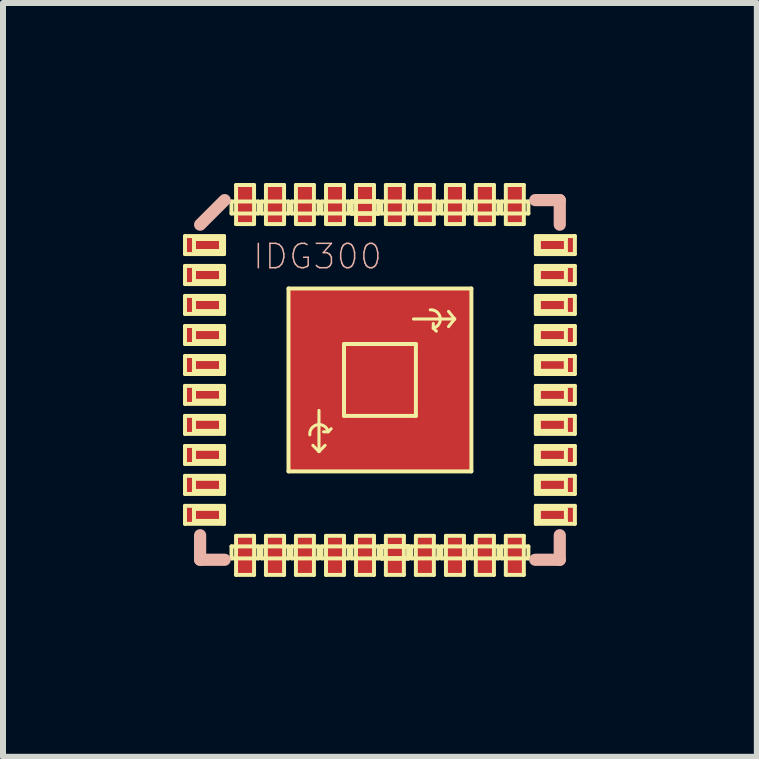
<source format=kicad_pcb>
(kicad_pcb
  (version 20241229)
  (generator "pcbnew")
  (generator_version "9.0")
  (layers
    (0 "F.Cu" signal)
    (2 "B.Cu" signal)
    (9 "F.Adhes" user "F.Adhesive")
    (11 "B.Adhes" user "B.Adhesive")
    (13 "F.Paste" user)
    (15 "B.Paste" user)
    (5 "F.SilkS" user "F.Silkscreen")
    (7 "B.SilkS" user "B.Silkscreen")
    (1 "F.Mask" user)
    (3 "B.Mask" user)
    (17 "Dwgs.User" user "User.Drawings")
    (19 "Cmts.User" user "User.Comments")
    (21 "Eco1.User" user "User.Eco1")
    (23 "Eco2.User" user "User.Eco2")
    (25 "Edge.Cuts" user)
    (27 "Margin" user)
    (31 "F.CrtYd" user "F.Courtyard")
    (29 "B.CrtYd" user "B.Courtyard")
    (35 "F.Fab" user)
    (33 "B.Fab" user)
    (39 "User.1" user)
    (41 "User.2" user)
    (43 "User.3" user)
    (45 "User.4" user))
  (footprint "IDG300"
    (layer "F.Cu")
    (at 3.282 3.282)
    (property "Reference" "IDG300" (at -1.041 -2.057 0) (layer "B.SilkS") (effects (font (size 0.406 0.406) (thickness 0.025))))
    (attr smd)
    (fp_line (start -3.249 -2.398) (end -2.598 -2.398) (stroke (width 0.066) (type solid)) (layer "F.SilkS"))
    (fp_line (start -3.249 -2.098) (end -3.249 -2.398) (stroke (width 0.066) (type solid)) (layer "F.SilkS"))
    (fp_line (start -3.249 -2.098) (end -2.598 -2.098) (stroke (width 0.066) (type solid)) (layer "F.SilkS"))
    (fp_line (start -3.249 -1.9) (end -2.598 -1.9) (stroke (width 0.066) (type solid)) (layer "F.SilkS"))
    (fp_line (start -3.249 -1.598) (end -3.249 -1.9) (stroke (width 0.066) (type solid)) (layer "F.SilkS"))
    (fp_line (start -3.249 -1.598) (end -2.598 -1.598) (stroke (width 0.066) (type solid)) (layer "F.SilkS"))
    (fp_line (start -3.249 -1.4) (end -2.598 -1.4) (stroke (width 0.066) (type solid)) (layer "F.SilkS"))
    (fp_line (start -3.249 -1.1) (end -3.249 -1.4) (stroke (width 0.066) (type solid)) (layer "F.SilkS"))
    (fp_line (start -3.249 -1.1) (end -2.598 -1.1) (stroke (width 0.066) (type solid)) (layer "F.SilkS"))
    (fp_line (start -3.249 -0.899) (end -2.598 -0.899) (stroke (width 0.066) (type solid)) (layer "F.SilkS"))
    (fp_line (start -3.249 -0.599) (end -3.249 -0.899) (stroke (width 0.066) (type solid)) (layer "F.SilkS"))
    (fp_line (start -3.249 -0.599) (end -2.598 -0.599) (stroke (width 0.066) (type solid)) (layer "F.SilkS"))
    (fp_line (start -3.249 -0.399) (end -2.598 -0.399) (stroke (width 0.066) (type solid)) (layer "F.SilkS"))
    (fp_line (start -3.249 -0.099) (end -3.249 -0.399) (stroke (width 0.066) (type solid)) (layer "F.SilkS"))
    (fp_line (start -3.249 -0.099) (end -2.598 -0.099) (stroke (width 0.066) (type solid)) (layer "F.SilkS"))
    (fp_line (start -3.249 0.099) (end -2.598 0.099) (stroke (width 0.066) (type solid)) (layer "F.SilkS"))
    (fp_line (start -3.249 0.399) (end -3.249 0.099) (stroke (width 0.066) (type solid)) (layer "F.SilkS"))
    (fp_line (start -3.249 0.399) (end -2.598 0.399) (stroke (width 0.066) (type solid)) (layer "F.SilkS"))
    (fp_line (start -3.249 0.599) (end -2.598 0.599) (stroke (width 0.066) (type solid)) (layer "F.SilkS"))
    (fp_line (start -3.249 0.899) (end -3.249 0.599) (stroke (width 0.066) (type solid)) (layer "F.SilkS"))
    (fp_line (start -3.249 0.899) (end -2.598 0.899) (stroke (width 0.066) (type solid)) (layer "F.SilkS"))
    (fp_line (start -3.249 1.1) (end -2.598 1.1) (stroke (width 0.066) (type solid)) (layer "F.SilkS"))
    (fp_line (start -3.249 1.4) (end -3.249 1.1) (stroke (width 0.066) (type solid)) (layer "F.SilkS"))
    (fp_line (start -3.249 1.4) (end -2.598 1.4) (stroke (width 0.066) (type solid)) (layer "F.SilkS"))
    (fp_line (start -3.249 1.598) (end -2.598 1.598) (stroke (width 0.066) (type solid)) (layer "F.SilkS"))
    (fp_line (start -3.249 1.9) (end -3.249 1.598) (stroke (width 0.066) (type solid)) (layer "F.SilkS"))
    (fp_line (start -3.249 1.9) (end -2.598 1.9) (stroke (width 0.066) (type solid)) (layer "F.SilkS"))
    (fp_line (start -3.249 2.098) (end -2.598 2.098) (stroke (width 0.066) (type solid)) (layer "F.SilkS"))
    (fp_line (start -3.249 2.398) (end -3.249 2.098) (stroke (width 0.066) (type solid)) (layer "F.SilkS"))
    (fp_line (start -3.249 2.398) (end -2.598 2.398) (stroke (width 0.066) (type solid)) (layer "F.SilkS"))
    (fp_line (start -3.099 -2.349) (end -2.649 -2.349) (stroke (width 0.066) (type solid)) (layer "F.SilkS"))
    (fp_line (start -3.099 -2.149) (end -3.099 -2.349) (stroke (width 0.066) (type solid)) (layer "F.SilkS"))
    (fp_line (start -3.099 -2.149) (end -2.649 -2.149) (stroke (width 0.066) (type solid)) (layer "F.SilkS"))
    (fp_line (start -3.099 -1.849) (end -2.649 -1.849) (stroke (width 0.066) (type solid)) (layer "F.SilkS"))
    (fp_line (start -3.099 -1.648) (end -3.099 -1.849) (stroke (width 0.066) (type solid)) (layer "F.SilkS"))
    (fp_line (start -3.099 -1.648) (end -2.649 -1.648) (stroke (width 0.066) (type solid)) (layer "F.SilkS"))
    (fp_line (start -3.099 -1.349) (end -2.649 -1.349) (stroke (width 0.066) (type solid)) (layer "F.SilkS"))
    (fp_line (start -3.099 -1.148) (end -3.099 -1.349) (stroke (width 0.066) (type solid)) (layer "F.SilkS"))
    (fp_line (start -3.099 -1.148) (end -2.649 -1.148) (stroke (width 0.066) (type solid)) (layer "F.SilkS"))
    (fp_line (start -3.099 -0.848) (end -2.649 -0.848) (stroke (width 0.066) (type solid)) (layer "F.SilkS"))
    (fp_line (start -3.099 -0.648) (end -3.099 -0.848) (stroke (width 0.066) (type solid)) (layer "F.SilkS"))
    (fp_line (start -3.099 -0.648) (end -2.649 -0.648) (stroke (width 0.066) (type solid)) (layer "F.SilkS"))
    (fp_line (start -3.099 -0.348) (end -2.649 -0.348) (stroke (width 0.066) (type solid)) (layer "F.SilkS"))
    (fp_line (start -3.099 -0.15) (end -3.099 -0.348) (stroke (width 0.066) (type solid)) (layer "F.SilkS"))
    (fp_line (start -3.099 -0.15) (end -2.649 -0.15) (stroke (width 0.066) (type solid)) (layer "F.SilkS"))
    (fp_line (start -3.099 0.15) (end -2.649 0.15) (stroke (width 0.066) (type solid)) (layer "F.SilkS"))
    (fp_line (start -3.099 0.15) (end -2.649 0.15) (stroke (width 0.066) (type solid)) (layer "F.SilkS"))
    (fp_line (start -3.099 0.15) (end -2.649 0.15) (stroke (width 0.066) (type solid)) (layer "F.SilkS"))
    (fp_line (start -3.099 0.348) (end -3.099 0.15) (stroke (width 0.066) (type solid)) (layer "F.SilkS"))
    (fp_line (start -3.099 0.348) (end -3.099 0.15) (stroke (width 0.066) (type solid)) (layer "F.SilkS"))
    (fp_line (start -3.099 0.348) (end -3.099 0.15) (stroke (width 0.066) (type solid)) (layer "F.SilkS"))
    (fp_line (start -3.099 0.348) (end -2.649 0.348) (stroke (width 0.066) (type solid)) (layer "F.SilkS"))
    (fp_line (start -3.099 0.348) (end -2.649 0.348) (stroke (width 0.066) (type solid)) (layer "F.SilkS"))
    (fp_line (start -3.099 0.348) (end -2.649 0.348) (stroke (width 0.066) (type solid)) (layer "F.SilkS"))
    (fp_line (start -3.099 0.648) (end -2.649 0.648) (stroke (width 0.066) (type solid)) (layer "F.SilkS"))
    (fp_line (start -3.099 0.848) (end -3.099 0.648) (stroke (width 0.066) (type solid)) (layer "F.SilkS"))
    (fp_line (start -3.099 0.848) (end -2.649 0.848) (stroke (width 0.066) (type solid)) (layer "F.SilkS"))
    (fp_line (start -3.099 1.148) (end -2.649 1.148) (stroke (width 0.066) (type solid)) (layer "F.SilkS"))
    (fp_line (start -3.099 1.349) (end -3.099 1.148) (stroke (width 0.066) (type solid)) (layer "F.SilkS"))
    (fp_line (start -3.099 1.349) (end -2.649 1.349) (stroke (width 0.066) (type solid)) (layer "F.SilkS"))
    (fp_line (start -3.099 1.648) (end -2.649 1.648) (stroke (width 0.066) (type solid)) (layer "F.SilkS"))
    (fp_line (start -3.099 1.849) (end -3.099 1.648) (stroke (width 0.066) (type solid)) (layer "F.SilkS"))
    (fp_line (start -3.099 1.849) (end -2.649 1.849) (stroke (width 0.066) (type solid)) (layer "F.SilkS"))
    (fp_line (start -3.099 2.149) (end -2.649 2.149) (stroke (width 0.066) (type solid)) (layer "F.SilkS"))
    (fp_line (start -3.099 2.349) (end -3.099 2.149) (stroke (width 0.066) (type solid)) (layer "F.SilkS"))
    (fp_line (start -3.099 2.349) (end -2.649 2.349) (stroke (width 0.066) (type solid)) (layer "F.SilkS"))
    (fp_line (start -2.649 -2.149) (end -2.649 -2.349) (stroke (width 0.066) (type solid)) (layer "F.SilkS"))
    (fp_line (start -2.649 -1.648) (end -2.649 -1.849) (stroke (width 0.066) (type solid)) (layer "F.SilkS"))
    (fp_line (start -2.649 -1.148) (end -2.649 -1.349) (stroke (width 0.066) (type solid)) (layer "F.SilkS"))
    (fp_line (start -2.649 -0.648) (end -2.649 -0.848) (stroke (width 0.066) (type solid)) (layer "F.SilkS"))
    (fp_line (start -2.649 -0.15) (end -2.649 -0.348) (stroke (width 0.066) (type solid)) (layer "F.SilkS"))
    (fp_line (start -2.649 0.348) (end -2.649 0.15) (stroke (width 0.066) (type solid)) (layer "F.SilkS"))
    (fp_line (start -2.649 0.348) (end -2.649 0.15) (stroke (width 0.066) (type solid)) (layer "F.SilkS"))
    (fp_line (start -2.649 0.348) (end -2.649 0.15) (stroke (width 0.066) (type solid)) (layer "F.SilkS"))
    (fp_line (start -2.649 0.848) (end -2.649 0.648) (stroke (width 0.066) (type solid)) (layer "F.SilkS"))
    (fp_line (start -2.649 1.349) (end -2.649 1.148) (stroke (width 0.066) (type solid)) (layer "F.SilkS"))
    (fp_line (start -2.649 1.849) (end -2.649 1.648) (stroke (width 0.066) (type solid)) (layer "F.SilkS"))
    (fp_line (start -2.649 2.349) (end -2.649 2.149) (stroke (width 0.066) (type solid)) (layer "F.SilkS"))
    (fp_line (start -2.598 -2.098) (end -2.598 -2.398) (stroke (width 0.066) (type solid)) (layer "F.SilkS"))
    (fp_line (start -2.598 -1.598) (end -2.598 -1.9) (stroke (width 0.066) (type solid)) (layer "F.SilkS"))
    (fp_line (start -2.598 -1.1) (end -2.598 -1.4) (stroke (width 0.066) (type solid)) (layer "F.SilkS"))
    (fp_line (start -2.598 -0.599) (end -2.598 -0.899) (stroke (width 0.066) (type solid)) (layer "F.SilkS"))
    (fp_line (start -2.598 -0.099) (end -2.598 -0.399) (stroke (width 0.066) (type solid)) (layer "F.SilkS"))
    (fp_line (start -2.598 0.399) (end -2.598 0.099) (stroke (width 0.066) (type solid)) (layer "F.SilkS"))
    (fp_line (start -2.598 0.899) (end -2.598 0.599) (stroke (width 0.066) (type solid)) (layer "F.SilkS"))
    (fp_line (start -2.598 1.4) (end -2.598 1.1) (stroke (width 0.066) (type solid)) (layer "F.SilkS"))
    (fp_line (start -2.598 1.9) (end -2.598 1.598) (stroke (width 0.066) (type solid)) (layer "F.SilkS"))
    (fp_line (start -2.598 2.398) (end -2.598 2.098) (stroke (width 0.066) (type solid)) (layer "F.SilkS"))
    (fp_line (start -2.474 -2.974) (end -2.024 -2.974) (stroke (width 0.066) (type solid)) (layer "F.SilkS"))
    (fp_line (start -2.474 -2.774) (end -2.474 -2.974) (stroke (width 0.066) (type solid)) (layer "F.SilkS"))
    (fp_line (start -2.474 -2.774) (end -2.024 -2.774) (stroke (width 0.066) (type solid)) (layer "F.SilkS"))
    (fp_line (start -2.474 2.774) (end -2.024 2.774) (stroke (width 0.066) (type solid)) (layer "F.SilkS"))
    (fp_line (start -2.474 2.974) (end -2.474 2.774) (stroke (width 0.066) (type solid)) (layer "F.SilkS"))
    (fp_line (start -2.474 2.974) (end -2.024 2.974) (stroke (width 0.066) (type solid)) (layer "F.SilkS"))
    (fp_line (start -2.398 -3.249) (end -2.098 -3.249) (stroke (width 0.066) (type solid)) (layer "F.SilkS"))
    (fp_line (start -2.398 -2.598) (end -2.398 -3.249) (stroke (width 0.066) (type solid)) (layer "F.SilkS"))
    (fp_line (start -2.398 -2.598) (end -2.098 -2.598) (stroke (width 0.066) (type solid)) (layer "F.SilkS"))
    (fp_line (start -2.398 2.598) (end -2.098 2.598) (stroke (width 0.066) (type solid)) (layer "F.SilkS"))
    (fp_line (start -2.398 3.249) (end -2.398 2.598) (stroke (width 0.066) (type solid)) (layer "F.SilkS"))
    (fp_line (start -2.398 3.249) (end -2.098 3.249) (stroke (width 0.066) (type solid)) (layer "F.SilkS"))
    (fp_line (start -2.098 -2.598) (end -2.098 -3.249) (stroke (width 0.066) (type solid)) (layer "F.SilkS"))
    (fp_line (start -2.098 3.249) (end -2.098 2.598) (stroke (width 0.066) (type solid)) (layer "F.SilkS"))
    (fp_line (start -2.024 -2.774) (end -2.024 -2.974) (stroke (width 0.066) (type solid)) (layer "F.SilkS"))
    (fp_line (start -2.024 2.974) (end -2.024 2.774) (stroke (width 0.066) (type solid)) (layer "F.SilkS"))
    (fp_line (start -1.974 -2.974) (end -1.524 -2.974) (stroke (width 0.066) (type solid)) (layer "F.SilkS"))
    (fp_line (start -1.974 -2.774) (end -1.974 -2.974) (stroke (width 0.066) (type solid)) (layer "F.SilkS"))
    (fp_line (start -1.974 -2.774) (end -1.524 -2.774) (stroke (width 0.066) (type solid)) (layer "F.SilkS"))
    (fp_line (start -1.974 2.774) (end -1.524 2.774) (stroke (width 0.066) (type solid)) (layer "F.SilkS"))
    (fp_line (start -1.974 2.974) (end -1.974 2.774) (stroke (width 0.066) (type solid)) (layer "F.SilkS"))
    (fp_line (start -1.974 2.974) (end -1.524 2.974) (stroke (width 0.066) (type solid)) (layer "F.SilkS"))
    (fp_line (start -1.9 -3.249) (end -1.598 -3.249) (stroke (width 0.066) (type solid)) (layer "F.SilkS"))
    (fp_line (start -1.9 -2.598) (end -1.9 -3.249) (stroke (width 0.066) (type solid)) (layer "F.SilkS"))
    (fp_line (start -1.9 -2.598) (end -1.598 -2.598) (stroke (width 0.066) (type solid)) (layer "F.SilkS"))
    (fp_line (start -1.9 2.598) (end -1.598 2.598) (stroke (width 0.066) (type solid)) (layer "F.SilkS"))
    (fp_line (start -1.9 3.249) (end -1.9 2.598) (stroke (width 0.066) (type solid)) (layer "F.SilkS"))
    (fp_line (start -1.9 3.249) (end -1.598 3.249) (stroke (width 0.066) (type solid)) (layer "F.SilkS"))
    (fp_line (start -1.598 -2.598) (end -1.598 -3.249) (stroke (width 0.066) (type solid)) (layer "F.SilkS"))
    (fp_line (start -1.598 3.249) (end -1.598 2.598) (stroke (width 0.066) (type solid)) (layer "F.SilkS"))
    (fp_line (start -1.524 -2.774) (end -1.524 -2.974) (stroke (width 0.066) (type solid)) (layer "F.SilkS"))
    (fp_line (start -1.524 -1.524) (end 1.524 -1.524) (stroke (width 0.066) (type solid)) (layer "F.SilkS"))
    (fp_line (start -1.524 1.524) (end -1.524 -1.524) (stroke (width 0.066) (type solid)) (layer "F.SilkS"))
    (fp_line (start -1.524 1.524) (end 1.524 1.524) (stroke (width 0.066) (type solid)) (layer "F.SilkS"))
    (fp_line (start -1.524 2.974) (end -1.524 2.774) (stroke (width 0.066) (type solid)) (layer "F.SilkS"))
    (fp_line (start -1.473 -2.974) (end -1.024 -2.974) (stroke (width 0.066) (type solid)) (layer "F.SilkS"))
    (fp_line (start -1.473 -2.774) (end -1.473 -2.974) (stroke (width 0.066) (type solid)) (layer "F.SilkS"))
    (fp_line (start -1.473 -2.774) (end -1.024 -2.774) (stroke (width 0.066) (type solid)) (layer "F.SilkS"))
    (fp_line (start -1.473 2.774) (end -1.024 2.774) (stroke (width 0.066) (type solid)) (layer "F.SilkS"))
    (fp_line (start -1.473 2.974) (end -1.473 2.774) (stroke (width 0.066) (type solid)) (layer "F.SilkS"))
    (fp_line (start -1.473 2.974) (end -1.024 2.974) (stroke (width 0.066) (type solid)) (layer "F.SilkS"))
    (fp_line (start -1.4 -3.249) (end -1.1 -3.249) (stroke (width 0.066) (type solid)) (layer "F.SilkS"))
    (fp_line (start -1.4 -2.598) (end -1.4 -3.249) (stroke (width 0.066) (type solid)) (layer "F.SilkS"))
    (fp_line (start -1.4 -2.598) (end -1.1 -2.598) (stroke (width 0.066) (type solid)) (layer "F.SilkS"))
    (fp_line (start -1.4 2.598) (end -1.1 2.598) (stroke (width 0.066) (type solid)) (layer "F.SilkS"))
    (fp_line (start -1.4 3.249) (end -1.4 2.598) (stroke (width 0.066) (type solid)) (layer "F.SilkS"))
    (fp_line (start -1.4 3.249) (end -1.1 3.249) (stroke (width 0.066) (type solid)) (layer "F.SilkS"))
    (fp_line (start -1.1 -2.598) (end -1.1 -3.249) (stroke (width 0.066) (type solid)) (layer "F.SilkS"))
    (fp_line (start -1.1 3.249) (end -1.1 2.598) (stroke (width 0.066) (type solid)) (layer "F.SilkS"))
    (fp_line (start -1.024 -2.774) (end -1.024 -2.974) (stroke (width 0.066) (type solid)) (layer "F.SilkS"))
    (fp_line (start -1.024 2.974) (end -1.024 2.774) (stroke (width 0.066) (type solid)) (layer "F.SilkS"))
    (fp_line (start -1.016 0.508) (end -1.016 1.194) (stroke (width 0.051) (type solid)) (layer "F.SilkS"))
    (fp_line (start -1.016 1.194) (end -1.118 1.09) (stroke (width 0.051) (type solid)) (layer "F.SilkS"))
    (fp_line (start -1.016 1.194) (end -0.914 1.09) (stroke (width 0.051) (type solid)) (layer "F.SilkS"))
    (fp_line (start -0.973 -2.974) (end -0.523 -2.974) (stroke (width 0.066) (type solid)) (layer "F.SilkS"))
    (fp_line (start -0.973 -2.774) (end -0.973 -2.974) (stroke (width 0.066) (type solid)) (layer "F.SilkS"))
    (fp_line (start -0.973 -2.774) (end -0.523 -2.774) (stroke (width 0.066) (type solid)) (layer "F.SilkS"))
    (fp_line (start -0.973 2.774) (end -0.523 2.774) (stroke (width 0.066) (type solid)) (layer "F.SilkS"))
    (fp_line (start -0.973 2.974) (end -0.973 2.774) (stroke (width 0.066) (type solid)) (layer "F.SilkS"))
    (fp_line (start -0.973 2.974) (end -0.523 2.974) (stroke (width 0.066) (type solid)) (layer "F.SilkS"))
    (fp_line (start -0.899 -3.249) (end -0.599 -3.249) (stroke (width 0.066) (type solid)) (layer "F.SilkS"))
    (fp_line (start -0.899 -2.598) (end -0.899 -3.249) (stroke (width 0.066) (type solid)) (layer "F.SilkS"))
    (fp_line (start -0.899 -2.598) (end -0.599 -2.598) (stroke (width 0.066) (type solid)) (layer "F.SilkS"))
    (fp_line (start -0.899 2.598) (end -0.599 2.598) (stroke (width 0.066) (type solid)) (layer "F.SilkS"))
    (fp_line (start -0.899 3.249) (end -0.899 2.598) (stroke (width 0.066) (type solid)) (layer "F.SilkS"))
    (fp_line (start -0.899 3.249) (end -0.599 3.249) (stroke (width 0.066) (type solid)) (layer "F.SilkS"))
    (fp_line (start -0.864 0.864) (end -0.94 0.864) (stroke (width 0.051) (type solid)) (layer "F.SilkS"))
    (fp_line (start -0.864 0.864) (end -0.813 0.813) (stroke (width 0.051) (type solid)) (layer "F.SilkS"))
    (fp_line (start -0.599 -2.598) (end -0.599 -3.249) (stroke (width 0.066) (type solid)) (layer "F.SilkS"))
    (fp_line (start -0.599 -0.599) (end 0.599 -0.599) (stroke (width 0.066) (type solid)) (layer "F.SilkS"))
    (fp_line (start -0.599 0.599) (end -0.599 -0.599) (stroke (width 0.066) (type solid)) (layer "F.SilkS"))
    (fp_line (start -0.599 0.599) (end 0.599 0.599) (stroke (width 0.066) (type solid)) (layer "F.SilkS"))
    (fp_line (start -0.599 3.249) (end -0.599 2.598) (stroke (width 0.066) (type solid)) (layer "F.SilkS"))
    (fp_line (start -0.523 -2.774) (end -0.523 -2.974) (stroke (width 0.066) (type solid)) (layer "F.SilkS"))
    (fp_line (start -0.523 2.974) (end -0.523 2.774) (stroke (width 0.066) (type solid)) (layer "F.SilkS"))
    (fp_line (start -0.475 -2.974) (end -0.023 -2.974) (stroke (width 0.066) (type solid)) (layer "F.SilkS"))
    (fp_line (start -0.475 -2.974) (end -0.023 -2.974) (stroke (width 0.066) (type solid)) (layer "F.SilkS"))
    (fp_line (start -0.475 -2.974) (end -0.023 -2.974) (stroke (width 0.066) (type solid)) (layer "F.SilkS"))
    (fp_line (start -0.475 -2.774) (end -0.475 -2.974) (stroke (width 0.066) (type solid)) (layer "F.SilkS"))
    (fp_line (start -0.475 -2.774) (end -0.475 -2.974) (stroke (width 0.066) (type solid)) (layer "F.SilkS"))
    (fp_line (start -0.475 -2.774) (end -0.475 -2.974) (stroke (width 0.066) (type solid)) (layer "F.SilkS"))
    (fp_line (start -0.475 -2.774) (end -0.023 -2.774) (stroke (width 0.066) (type solid)) (layer "F.SilkS"))
    (fp_line (start -0.475 -2.774) (end -0.023 -2.774) (stroke (width 0.066) (type solid)) (layer "F.SilkS"))
    (fp_line (start -0.475 -2.774) (end -0.023 -2.774) (stroke (width 0.066) (type solid)) (layer "F.SilkS"))
    (fp_line (start -0.475 2.774) (end -0.023 2.774) (stroke (width 0.066) (type solid)) (layer "F.SilkS"))
    (fp_line (start -0.475 2.974) (end -0.475 2.774) (stroke (width 0.066) (type solid)) (layer "F.SilkS"))
    (fp_line (start -0.475 2.974) (end -0.023 2.974) (stroke (width 0.066) (type solid)) (layer "F.SilkS"))
    (fp_line (start -0.399 -3.249) (end -0.099 -3.249) (stroke (width 0.066) (type solid)) (layer "F.SilkS"))
    (fp_line (start -0.399 -2.598) (end -0.399 -3.249) (stroke (width 0.066) (type solid)) (layer "F.SilkS"))
    (fp_line (start -0.399 -2.598) (end -0.099 -2.598) (stroke (width 0.066) (type solid)) (layer "F.SilkS"))
    (fp_line (start -0.399 2.598) (end -0.099 2.598) (stroke (width 0.066) (type solid)) (layer "F.SilkS"))
    (fp_line (start -0.399 3.249) (end -0.399 2.598) (stroke (width 0.066) (type solid)) (layer "F.SilkS"))
    (fp_line (start -0.399 3.249) (end -0.099 3.249) (stroke (width 0.066) (type solid)) (layer "F.SilkS"))
    (fp_line (start -0.099 -2.598) (end -0.099 -3.249) (stroke (width 0.066) (type solid)) (layer "F.SilkS"))
    (fp_line (start -0.099 3.249) (end -0.099 2.598) (stroke (width 0.066) (type solid)) (layer "F.SilkS"))
    (fp_line (start -0.023 -2.774) (end -0.023 -2.974) (stroke (width 0.066) (type solid)) (layer "F.SilkS"))
    (fp_line (start -0.023 -2.774) (end -0.023 -2.974) (stroke (width 0.066) (type solid)) (layer "F.SilkS"))
    (fp_line (start -0.023 -2.774) (end -0.023 -2.974) (stroke (width 0.066) (type solid)) (layer "F.SilkS"))
    (fp_line (start -0.023 2.974) (end -0.023 2.774) (stroke (width 0.066) (type solid)) (layer "F.SilkS"))
    (fp_line (start 0.023 -2.974) (end 0.475 -2.974) (stroke (width 0.066) (type solid)) (layer "F.SilkS"))
    (fp_line (start 0.023 -2.774) (end 0.023 -2.974) (stroke (width 0.066) (type solid)) (layer "F.SilkS"))
    (fp_line (start 0.023 -2.774) (end 0.475 -2.774) (stroke (width 0.066) (type solid)) (layer "F.SilkS"))
    (fp_line (start 0.023 2.774) (end 0.475 2.774) (stroke (width 0.066) (type solid)) (layer "F.SilkS"))
    (fp_line (start 0.023 2.774) (end 0.475 2.774) (stroke (width 0.066) (type solid)) (layer "F.SilkS"))
    (fp_line (start 0.023 2.774) (end 0.475 2.774) (stroke (width 0.066) (type solid)) (layer "F.SilkS"))
    (fp_line (start 0.023 2.974) (end 0.023 2.774) (stroke (width 0.066) (type solid)) (layer "F.SilkS"))
    (fp_line (start 0.023 2.974) (end 0.023 2.774) (stroke (width 0.066) (type solid)) (layer "F.SilkS"))
    (fp_line (start 0.023 2.974) (end 0.023 2.774) (stroke (width 0.066) (type solid)) (layer "F.SilkS"))
    (fp_line (start 0.023 2.974) (end 0.475 2.974) (stroke (width 0.066) (type solid)) (layer "F.SilkS"))
    (fp_line (start 0.023 2.974) (end 0.475 2.974) (stroke (width 0.066) (type solid)) (layer "F.SilkS"))
    (fp_line (start 0.023 2.974) (end 0.475 2.974) (stroke (width 0.066) (type solid)) (layer "F.SilkS"))
    (fp_line (start 0.099 -3.249) (end 0.399 -3.249) (stroke (width 0.066) (type solid)) (layer "F.SilkS"))
    (fp_line (start 0.099 -2.598) (end 0.099 -3.249) (stroke (width 0.066) (type solid)) (layer "F.SilkS"))
    (fp_line (start 0.099 -2.598) (end 0.399 -2.598) (stroke (width 0.066) (type solid)) (layer "F.SilkS"))
    (fp_line (start 0.099 2.598) (end 0.399 2.598) (stroke (width 0.066) (type solid)) (layer "F.SilkS"))
    (fp_line (start 0.099 3.249) (end 0.099 2.598) (stroke (width 0.066) (type solid)) (layer "F.SilkS"))
    (fp_line (start 0.099 3.249) (end 0.399 3.249) (stroke (width 0.066) (type solid)) (layer "F.SilkS"))
    (fp_line (start 0.399 -2.598) (end 0.399 -3.249) (stroke (width 0.066) (type solid)) (layer "F.SilkS"))
    (fp_line (start 0.399 3.249) (end 0.399 2.598) (stroke (width 0.066) (type solid)) (layer "F.SilkS"))
    (fp_line (start 0.475 -2.774) (end 0.475 -2.974) (stroke (width 0.066) (type solid)) (layer "F.SilkS"))
    (fp_line (start 0.475 2.974) (end 0.475 2.774) (stroke (width 0.066) (type solid)) (layer "F.SilkS"))
    (fp_line (start 0.475 2.974) (end 0.475 2.774) (stroke (width 0.066) (type solid)) (layer "F.SilkS"))
    (fp_line (start 0.475 2.974) (end 0.475 2.774) (stroke (width 0.066) (type solid)) (layer "F.SilkS"))
    (fp_line (start 0.523 -2.974) (end 0.973 -2.974) (stroke (width 0.066) (type solid)) (layer "F.SilkS"))
    (fp_line (start 0.523 -2.774) (end 0.523 -2.974) (stroke (width 0.066) (type solid)) (layer "F.SilkS"))
    (fp_line (start 0.523 -2.774) (end 0.973 -2.774) (stroke (width 0.066) (type solid)) (layer "F.SilkS"))
    (fp_line (start 0.523 2.774) (end 0.973 2.774) (stroke (width 0.066) (type solid)) (layer "F.SilkS"))
    (fp_line (start 0.523 2.974) (end 0.523 2.774) (stroke (width 0.066) (type solid)) (layer "F.SilkS"))
    (fp_line (start 0.523 2.974) (end 0.973 2.974) (stroke (width 0.066) (type solid)) (layer "F.SilkS"))
    (fp_line (start 0.599 -3.249) (end 0.899 -3.249) (stroke (width 0.066) (type solid)) (layer "F.SilkS"))
    (fp_line (start 0.599 -2.598) (end 0.599 -3.249) (stroke (width 0.066) (type solid)) (layer "F.SilkS"))
    (fp_line (start 0.599 -2.598) (end 0.899 -2.598) (stroke (width 0.066) (type solid)) (layer "F.SilkS"))
    (fp_line (start 0.599 0.599) (end 0.599 -0.599) (stroke (width 0.066) (type solid)) (layer "F.SilkS"))
    (fp_line (start 0.599 2.598) (end 0.899 2.598) (stroke (width 0.066) (type solid)) (layer "F.SilkS"))
    (fp_line (start 0.599 3.249) (end 0.599 2.598) (stroke (width 0.066) (type solid)) (layer "F.SilkS"))
    (fp_line (start 0.599 3.249) (end 0.899 3.249) (stroke (width 0.066) (type solid)) (layer "F.SilkS"))
    (fp_line (start 0.889 -0.864) (end 0.889 -0.94) (stroke (width 0.051) (type solid)) (layer "F.SilkS"))
    (fp_line (start 0.889 -0.864) (end 0.94 -0.813) (stroke (width 0.051) (type solid)) (layer "F.SilkS"))
    (fp_line (start 0.899 -2.598) (end 0.899 -3.249) (stroke (width 0.066) (type solid)) (layer "F.SilkS"))
    (fp_line (start 0.899 3.249) (end 0.899 2.598) (stroke (width 0.066) (type solid)) (layer "F.SilkS"))
    (fp_line (start 0.973 -2.774) (end 0.973 -2.974) (stroke (width 0.066) (type solid)) (layer "F.SilkS"))
    (fp_line (start 0.973 2.974) (end 0.973 2.774) (stroke (width 0.066) (type solid)) (layer "F.SilkS"))
    (fp_line (start 1.024 -2.974) (end 1.473 -2.974) (stroke (width 0.066) (type solid)) (layer "F.SilkS"))
    (fp_line (start 1.024 -2.774) (end 1.024 -2.974) (stroke (width 0.066) (type solid)) (layer "F.SilkS"))
    (fp_line (start 1.024 -2.774) (end 1.473 -2.774) (stroke (width 0.066) (type solid)) (layer "F.SilkS"))
    (fp_line (start 1.024 2.774) (end 1.473 2.774) (stroke (width 0.066) (type solid)) (layer "F.SilkS"))
    (fp_line (start 1.024 2.974) (end 1.024 2.774) (stroke (width 0.066) (type solid)) (layer "F.SilkS"))
    (fp_line (start 1.024 2.974) (end 1.473 2.974) (stroke (width 0.066) (type solid)) (layer "F.SilkS"))
    (fp_line (start 1.1 -3.249) (end 1.4 -3.249) (stroke (width 0.066) (type solid)) (layer "F.SilkS"))
    (fp_line (start 1.1 -2.598) (end 1.1 -3.249) (stroke (width 0.066) (type solid)) (layer "F.SilkS"))
    (fp_line (start 1.1 -2.598) (end 1.4 -2.598) (stroke (width 0.066) (type solid)) (layer "F.SilkS"))
    (fp_line (start 1.1 2.598) (end 1.4 2.598) (stroke (width 0.066) (type solid)) (layer "F.SilkS"))
    (fp_line (start 1.1 3.249) (end 1.1 2.598) (stroke (width 0.066) (type solid)) (layer "F.SilkS"))
    (fp_line (start 1.1 3.249) (end 1.4 3.249) (stroke (width 0.066) (type solid)) (layer "F.SilkS"))
    (fp_line (start 1.143 -1.143) (end 1.245 -1.016) (stroke (width 0.051) (type solid)) (layer "F.SilkS"))
    (fp_line (start 1.245 -1.016) (end 0.559 -1.016) (stroke (width 0.051) (type solid)) (layer "F.SilkS"))
    (fp_line (start 1.245 -1.016) (end 1.143 -0.889) (stroke (width 0.051) (type solid)) (layer "F.SilkS"))
    (fp_line (start 1.4 -2.598) (end 1.4 -3.249) (stroke (width 0.066) (type solid)) (layer "F.SilkS"))
    (fp_line (start 1.4 3.249) (end 1.4 2.598) (stroke (width 0.066) (type solid)) (layer "F.SilkS"))
    (fp_line (start 1.473 -2.774) (end 1.473 -2.974) (stroke (width 0.066) (type solid)) (layer "F.SilkS"))
    (fp_line (start 1.473 2.974) (end 1.473 2.774) (stroke (width 0.066) (type solid)) (layer "F.SilkS"))
    (fp_line (start 1.524 -2.974) (end 1.974 -2.974) (stroke (width 0.066) (type solid)) (layer "F.SilkS"))
    (fp_line (start 1.524 -2.774) (end 1.524 -2.974) (stroke (width 0.066) (type solid)) (layer "F.SilkS"))
    (fp_line (start 1.524 -2.774) (end 1.974 -2.774) (stroke (width 0.066) (type solid)) (layer "F.SilkS"))
    (fp_line (start 1.524 1.524) (end 1.524 -1.524) (stroke (width 0.066) (type solid)) (layer "F.SilkS"))
    (fp_line (start 1.524 2.774) (end 1.974 2.774) (stroke (width 0.066) (type solid)) (layer "F.SilkS"))
    (fp_line (start 1.524 2.974) (end 1.524 2.774) (stroke (width 0.066) (type solid)) (layer "F.SilkS"))
    (fp_line (start 1.524 2.974) (end 1.974 2.974) (stroke (width 0.066) (type solid)) (layer "F.SilkS"))
    (fp_line (start 1.598 -3.249) (end 1.9 -3.249) (stroke (width 0.066) (type solid)) (layer "F.SilkS"))
    (fp_line (start 1.598 -2.598) (end 1.598 -3.249) (stroke (width 0.066) (type solid)) (layer "F.SilkS"))
    (fp_line (start 1.598 -2.598) (end 1.9 -2.598) (stroke (width 0.066) (type solid)) (layer "F.SilkS"))
    (fp_line (start 1.598 2.598) (end 1.9 2.598) (stroke (width 0.066) (type solid)) (layer "F.SilkS"))
    (fp_line (start 1.598 3.249) (end 1.598 2.598) (stroke (width 0.066) (type solid)) (layer "F.SilkS"))
    (fp_line (start 1.598 3.249) (end 1.9 3.249) (stroke (width 0.066) (type solid)) (layer "F.SilkS"))
    (fp_line (start 1.9 -2.598) (end 1.9 -3.249) (stroke (width 0.066) (type solid)) (layer "F.SilkS"))
    (fp_line (start 1.9 3.249) (end 1.9 2.598) (stroke (width 0.066) (type solid)) (layer "F.SilkS"))
    (fp_line (start 1.974 -2.774) (end 1.974 -2.974) (stroke (width 0.066) (type solid)) (layer "F.SilkS"))
    (fp_line (start 1.974 2.974) (end 1.974 2.774) (stroke (width 0.066) (type solid)) (layer "F.SilkS"))
    (fp_line (start 2.024 -2.974) (end 2.474 -2.974) (stroke (width 0.066) (type solid)) (layer "F.SilkS"))
    (fp_line (start 2.024 -2.774) (end 2.024 -2.974) (stroke (width 0.066) (type solid)) (layer "F.SilkS"))
    (fp_line (start 2.024 -2.774) (end 2.474 -2.774) (stroke (width 0.066) (type solid)) (layer "F.SilkS"))
    (fp_line (start 2.024 2.774) (end 2.474 2.774) (stroke (width 0.066) (type solid)) (layer "F.SilkS"))
    (fp_line (start 2.024 2.974) (end 2.024 2.774) (stroke (width 0.066) (type solid)) (layer "F.SilkS"))
    (fp_line (start 2.024 2.974) (end 2.474 2.974) (stroke (width 0.066) (type solid)) (layer "F.SilkS"))
    (fp_line (start 2.098 -3.249) (end 2.398 -3.249) (stroke (width 0.066) (type solid)) (layer "F.SilkS"))
    (fp_line (start 2.098 -2.598) (end 2.098 -3.249) (stroke (width 0.066) (type solid)) (layer "F.SilkS"))
    (fp_line (start 2.098 -2.598) (end 2.398 -2.598) (stroke (width 0.066) (type solid)) (layer "F.SilkS"))
    (fp_line (start 2.098 2.598) (end 2.398 2.598) (stroke (width 0.066) (type solid)) (layer "F.SilkS"))
    (fp_line (start 2.098 3.249) (end 2.098 2.598) (stroke (width 0.066) (type solid)) (layer "F.SilkS"))
    (fp_line (start 2.098 3.249) (end 2.398 3.249) (stroke (width 0.066) (type solid)) (layer "F.SilkS"))
    (fp_line (start 2.398 -2.598) (end 2.398 -3.249) (stroke (width 0.066) (type solid)) (layer "F.SilkS"))
    (fp_line (start 2.398 3.249) (end 2.398 2.598) (stroke (width 0.066) (type solid)) (layer "F.SilkS"))
    (fp_line (start 2.474 -2.774) (end 2.474 -2.974) (stroke (width 0.066) (type solid)) (layer "F.SilkS"))
    (fp_line (start 2.474 2.974) (end 2.474 2.774) (stroke (width 0.066) (type solid)) (layer "F.SilkS"))
    (fp_line (start 2.598 -2.398) (end 3.249 -2.398) (stroke (width 0.066) (type solid)) (layer "F.SilkS"))
    (fp_line (start 2.598 -2.098) (end 2.598 -2.398) (stroke (width 0.066) (type solid)) (layer "F.SilkS"))
    (fp_line (start 2.598 -2.098) (end 3.249 -2.098) (stroke (width 0.066) (type solid)) (layer "F.SilkS"))
    (fp_line (start 2.598 -1.9) (end 3.249 -1.9) (stroke (width 0.066) (type solid)) (layer "F.SilkS"))
    (fp_line (start 2.598 -1.598) (end 2.598 -1.9) (stroke (width 0.066) (type solid)) (layer "F.SilkS"))
    (fp_line (start 2.598 -1.598) (end 3.249 -1.598) (stroke (width 0.066) (type solid)) (layer "F.SilkS"))
    (fp_line (start 2.598 -1.4) (end 3.249 -1.4) (stroke (width 0.066) (type solid)) (layer "F.SilkS"))
    (fp_line (start 2.598 -1.1) (end 2.598 -1.4) (stroke (width 0.066) (type solid)) (layer "F.SilkS"))
    (fp_line (start 2.598 -1.1) (end 3.249 -1.1) (stroke (width 0.066) (type solid)) (layer "F.SilkS"))
    (fp_line (start 2.598 -0.899) (end 3.249 -0.899) (stroke (width 0.066) (type solid)) (layer "F.SilkS"))
    (fp_line (start 2.598 -0.599) (end 2.598 -0.899) (stroke (width 0.066) (type solid)) (layer "F.SilkS"))
    (fp_line (start 2.598 -0.599) (end 3.249 -0.599) (stroke (width 0.066) (type solid)) (layer "F.SilkS"))
    (fp_line (start 2.598 -0.399) (end 3.249 -0.399) (stroke (width 0.066) (type solid)) (layer "F.SilkS"))
    (fp_line (start 2.598 -0.099) (end 2.598 -0.399) (stroke (width 0.066) (type solid)) (layer "F.SilkS"))
    (fp_line (start 2.598 -0.099) (end 3.249 -0.099) (stroke (width 0.066) (type solid)) (layer "F.SilkS"))
    (fp_line (start 2.598 0.099) (end 3.249 0.099) (stroke (width 0.066) (type solid)) (layer "F.SilkS"))
    (fp_line (start 2.598 0.399) (end 2.598 0.099) (stroke (width 0.066) (type solid)) (layer "F.SilkS"))
    (fp_line (start 2.598 0.399) (end 3.249 0.399) (stroke (width 0.066) (type solid)) (layer "F.SilkS"))
    (fp_line (start 2.598 0.599) (end 3.249 0.599) (stroke (width 0.066) (type solid)) (layer "F.SilkS"))
    (fp_line (start 2.598 0.899) (end 2.598 0.599) (stroke (width 0.066) (type solid)) (layer "F.SilkS"))
    (fp_line (start 2.598 0.899) (end 3.249 0.899) (stroke (width 0.066) (type solid)) (layer "F.SilkS"))
    (fp_line (start 2.598 1.1) (end 3.249 1.1) (stroke (width 0.066) (type solid)) (layer "F.SilkS"))
    (fp_line (start 2.598 1.4) (end 2.598 1.1) (stroke (width 0.066) (type solid)) (layer "F.SilkS"))
    (fp_line (start 2.598 1.4) (end 3.249 1.4) (stroke (width 0.066) (type solid)) (layer "F.SilkS"))
    (fp_line (start 2.598 1.598) (end 3.249 1.598) (stroke (width 0.066) (type solid)) (layer "F.SilkS"))
    (fp_line (start 2.598 1.9) (end 2.598 1.598) (stroke (width 0.066) (type solid)) (layer "F.SilkS"))
    (fp_line (start 2.598 1.9) (end 3.249 1.9) (stroke (width 0.066) (type solid)) (layer "F.SilkS"))
    (fp_line (start 2.598 2.098) (end 3.249 2.098) (stroke (width 0.066) (type solid)) (layer "F.SilkS"))
    (fp_line (start 2.598 2.398) (end 2.598 2.098) (stroke (width 0.066) (type solid)) (layer "F.SilkS"))
    (fp_line (start 2.598 2.398) (end 3.249 2.398) (stroke (width 0.066) (type solid)) (layer "F.SilkS"))
    (fp_line (start 2.649 -2.349) (end 3.099 -2.349) (stroke (width 0.066) (type solid)) (layer "F.SilkS"))
    (fp_line (start 2.649 -2.149) (end 2.649 -2.349) (stroke (width 0.066) (type solid)) (layer "F.SilkS"))
    (fp_line (start 2.649 -2.149) (end 3.099 -2.149) (stroke (width 0.066) (type solid)) (layer "F.SilkS"))
    (fp_line (start 2.649 -1.849) (end 3.099 -1.849) (stroke (width 0.066) (type solid)) (layer "F.SilkS"))
    (fp_line (start 2.649 -1.648) (end 2.649 -1.849) (stroke (width 0.066) (type solid)) (layer "F.SilkS"))
    (fp_line (start 2.649 -1.648) (end 3.099 -1.648) (stroke (width 0.066) (type solid)) (layer "F.SilkS"))
    (fp_line (start 2.649 -1.349) (end 3.099 -1.349) (stroke (width 0.066) (type solid)) (layer "F.SilkS"))
    (fp_line (start 2.649 -1.148) (end 2.649 -1.349) (stroke (width 0.066) (type solid)) (layer "F.SilkS"))
    (fp_line (start 2.649 -1.148) (end 3.099 -1.148) (stroke (width 0.066) (type solid)) (layer "F.SilkS"))
    (fp_line (start 2.649 -0.848) (end 3.099 -0.848) (stroke (width 0.066) (type solid)) (layer "F.SilkS"))
    (fp_line (start 2.649 -0.648) (end 2.649 -0.848) (stroke (width 0.066) (type solid)) (layer "F.SilkS"))
    (fp_line (start 2.649 -0.648) (end 3.099 -0.648) (stroke (width 0.066) (type solid)) (layer "F.SilkS"))
    (fp_line (start 2.649 -0.348) (end 3.099 -0.348) (stroke (width 0.066) (type solid)) (layer "F.SilkS"))
    (fp_line (start 2.649 -0.348) (end 3.099 -0.348) (stroke (width 0.066) (type solid)) (layer "F.SilkS"))
    (fp_line (start 2.649 -0.348) (end 3.099 -0.348) (stroke (width 0.066) (type solid)) (layer "F.SilkS"))
    (fp_line (start 2.649 -0.15) (end 2.649 -0.348) (stroke (width 0.066) (type solid)) (layer "F.SilkS"))
    (fp_line (start 2.649 -0.15) (end 2.649 -0.348) (stroke (width 0.066) (type solid)) (layer "F.SilkS"))
    (fp_line (start 2.649 -0.15) (end 2.649 -0.348) (stroke (width 0.066) (type solid)) (layer "F.SilkS"))
    (fp_line (start 2.649 -0.15) (end 3.099 -0.15) (stroke (width 0.066) (type solid)) (layer "F.SilkS"))
    (fp_line (start 2.649 -0.15) (end 3.099 -0.15) (stroke (width 0.066) (type solid)) (layer "F.SilkS"))
    (fp_line (start 2.649 -0.15) (end 3.099 -0.15) (stroke (width 0.066) (type solid)) (layer "F.SilkS"))
    (fp_line (start 2.649 0.15) (end 3.099 0.15) (stroke (width 0.066) (type solid)) (layer "F.SilkS"))
    (fp_line (start 2.649 0.348) (end 2.649 0.15) (stroke (width 0.066) (type solid)) (layer "F.SilkS"))
    (fp_line (start 2.649 0.348) (end 3.099 0.348) (stroke (width 0.066) (type solid)) (layer "F.SilkS"))
    (fp_line (start 2.649 0.648) (end 3.099 0.648) (stroke (width 0.066) (type solid)) (layer "F.SilkS"))
    (fp_line (start 2.649 0.848) (end 2.649 0.648) (stroke (width 0.066) (type solid)) (layer "F.SilkS"))
    (fp_line (start 2.649 0.848) (end 3.099 0.848) (stroke (width 0.066) (type solid)) (layer "F.SilkS"))
    (fp_line (start 2.649 1.148) (end 3.099 1.148) (stroke (width 0.066) (type solid)) (layer "F.SilkS"))
    (fp_line (start 2.649 1.349) (end 2.649 1.148) (stroke (width 0.066) (type solid)) (layer "F.SilkS"))
    (fp_line (start 2.649 1.349) (end 3.099 1.349) (stroke (width 0.066) (type solid)) (layer "F.SilkS"))
    (fp_line (start 2.649 1.648) (end 3.099 1.648) (stroke (width 0.066) (type solid)) (layer "F.SilkS"))
    (fp_line (start 2.649 1.849) (end 2.649 1.648) (stroke (width 0.066) (type solid)) (layer "F.SilkS"))
    (fp_line (start 2.649 1.849) (end 3.099 1.849) (stroke (width 0.066) (type solid)) (layer "F.SilkS"))
    (fp_line (start 2.649 2.149) (end 3.099 2.149) (stroke (width 0.066) (type solid)) (layer "F.SilkS"))
    (fp_line (start 2.649 2.349) (end 2.649 2.149) (stroke (width 0.066) (type solid)) (layer "F.SilkS"))
    (fp_line (start 2.649 2.349) (end 3.099 2.349) (stroke (width 0.066) (type solid)) (layer "F.SilkS"))
    (fp_line (start 3.099 -2.149) (end 3.099 -2.349) (stroke (width 0.066) (type solid)) (layer "F.SilkS"))
    (fp_line (start 3.099 -1.648) (end 3.099 -1.849) (stroke (width 0.066) (type solid)) (layer "F.SilkS"))
    (fp_line (start 3.099 -1.148) (end 3.099 -1.349) (stroke (width 0.066) (type solid)) (layer "F.SilkS"))
    (fp_line (start 3.099 -0.648) (end 3.099 -0.848) (stroke (width 0.066) (type solid)) (layer "F.SilkS"))
    (fp_line (start 3.099 -0.15) (end 3.099 -0.348) (stroke (width 0.066) (type solid)) (layer "F.SilkS"))
    (fp_line (start 3.099 -0.15) (end 3.099 -0.348) (stroke (width 0.066) (type solid)) (layer "F.SilkS"))
    (fp_line (start 3.099 -0.15) (end 3.099 -0.348) (stroke (width 0.066) (type solid)) (layer "F.SilkS"))
    (fp_line (start 3.099 0.348) (end 3.099 0.15) (stroke (width 0.066) (type solid)) (layer "F.SilkS"))
    (fp_line (start 3.099 0.848) (end 3.099 0.648) (stroke (width 0.066) (type solid)) (layer "F.SilkS"))
    (fp_line (start 3.099 1.349) (end 3.099 1.148) (stroke (width 0.066) (type solid)) (layer "F.SilkS"))
    (fp_line (start 3.099 1.849) (end 3.099 1.648) (stroke (width 0.066) (type solid)) (layer "F.SilkS"))
    (fp_line (start 3.099 2.349) (end 3.099 2.149) (stroke (width 0.066) (type solid)) (layer "F.SilkS"))
    (fp_line (start 3.249 -2.098) (end 3.249 -2.398) (stroke (width 0.066) (type solid)) (layer "F.SilkS"))
    (fp_line (start 3.249 -1.598) (end 3.249 -1.9) (stroke (width 0.066) (type solid)) (layer "F.SilkS"))
    (fp_line (start 3.249 -1.1) (end 3.249 -1.4) (stroke (width 0.066) (type solid)) (layer "F.SilkS"))
    (fp_line (start 3.249 -0.599) (end 3.249 -0.899) (stroke (width 0.066) (type solid)) (layer "F.SilkS"))
    (fp_line (start 3.249 -0.099) (end 3.249 -0.399) (stroke (width 0.066) (type solid)) (layer "F.SilkS"))
    (fp_line (start 3.249 0.399) (end 3.249 0.099) (stroke (width 0.066) (type solid)) (layer "F.SilkS"))
    (fp_line (start 3.249 0.899) (end 3.249 0.599) (stroke (width 0.066) (type solid)) (layer "F.SilkS"))
    (fp_line (start 3.249 1.4) (end 3.249 1.1) (stroke (width 0.066) (type solid)) (layer "F.SilkS"))
    (fp_line (start 3.249 1.9) (end 3.249 1.598) (stroke (width 0.066) (type solid)) (layer "F.SilkS"))
    (fp_line (start 3.249 2.398) (end 3.249 2.098) (stroke (width 0.066) (type solid)) (layer "F.SilkS"))
    (fp_arc (start -1.1684 0.9144) (mid -1.041478 0.746014) (end -0.86316 0.858557) (stroke (width 0.0508) (type solid)) (layer "F.SilkS"))
    (fp_arc (start 0.8382 -1.1684) (mid 1.004234 -1.03908) (end 0.889261 -0.862808) (stroke (width 0.0508) (type solid)) (layer "F.SilkS"))
    (fp_line (start -2.997 -2.588) (end -2.588 -2.997) (stroke (width 0.203) (type solid)) (layer "B.SilkS"))
    (fp_line (start -2.997 2.588) (end -2.997 2.997) (stroke (width 0.203) (type solid)) (layer "B.SilkS"))
    (fp_line (start -2.997 2.997) (end -2.588 2.997) (stroke (width 0.203) (type solid)) (layer "B.SilkS"))
    (fp_line (start 2.588 -2.997) (end 2.997 -2.997) (stroke (width 0.203) (type solid)) (layer "B.SilkS"))
    (fp_line (start 2.997 -2.997) (end 2.997 -2.588) (stroke (width 0.203) (type solid)) (layer "B.SilkS"))
    (fp_line (start 2.997 2.997) (end 2.588 2.997) (stroke (width 0.203) (type solid)) (layer "B.SilkS"))
    (fp_line (start 2.997 2.997) (end 2.997 2.588) (stroke (width 0.203) (type solid)) (layer "B.SilkS"))
    (pad "1" smd rect (at -2.924 -2.248 270) (size 0.249 0.599) (layers "F.Cu" "F.Mask" "F.Paste"))
    (pad "2" smd rect (at -2.924 -1.748 270) (size 0.249 0.599) (layers "F.Cu" "F.Mask" "F.Paste"))
    (pad "3" smd rect (at -2.924 -1.25 270) (size 0.249 0.599) (layers "F.Cu" "F.Mask" "F.Paste"))
    (pad "4" smd rect (at -2.924 -0.749 270) (size 0.249 0.599) (layers "F.Cu" "F.Mask" "F.Paste"))
    (pad "5" smd rect (at -2.924 -0.249 270) (size 0.249 0.599) (layers "F.Cu" "F.Mask" "F.Paste"))
    (pad "6" smd rect (at -2.924 0.249 270) (size 0.249 0.599) (layers "F.Cu" "F.Mask" "F.Paste"))
    (pad "7" smd rect (at -2.924 0.749 270) (size 0.249 0.599) (layers "F.Cu" "F.Mask" "F.Paste"))
    (pad "8" smd rect (at -2.924 1.25 270) (size 0.249 0.599) (layers "F.Cu" "F.Mask" "F.Paste"))
    (pad "9" smd rect (at -2.924 1.748 270) (size 0.249 0.599) (layers "F.Cu" "F.Mask" "F.Paste"))
    (pad "10" smd rect (at -2.924 2.248 270) (size 0.249 0.599) (layers "F.Cu" "F.Mask" "F.Paste"))
    (pad "11" smd rect (at -2.248 2.924) (size 0.249 0.599) (layers "F.Cu" "F.Mask" "F.Paste"))
    (pad "12" smd rect (at -1.748 2.924) (size 0.249 0.599) (layers "F.Cu" "F.Mask" "F.Paste"))
    (pad "13" smd rect (at -1.25 2.924) (size 0.249 0.599) (layers "F.Cu" "F.Mask" "F.Paste"))
    (pad "14" smd rect (at -0.749 2.924) (size 0.249 0.599) (layers "F.Cu" "F.Mask" "F.Paste"))
    (pad "15" smd rect (at -0.249 2.924) (size 0.249 0.599) (layers "F.Cu" "F.Mask" "F.Paste"))
    (pad "16" smd rect (at 0.249 2.924) (size 0.249 0.599) (layers "F.Cu" "F.Mask" "F.Paste"))
    (pad "17" smd rect (at 0.749 2.924) (size 0.249 0.599) (layers "F.Cu" "F.Mask" "F.Paste"))
    (pad "18" smd rect (at 1.25 2.924) (size 0.249 0.599) (layers "F.Cu" "F.Mask" "F.Paste"))
    (pad "19" smd rect (at 1.748 2.924) (size 0.249 0.599) (layers "F.Cu" "F.Mask" "F.Paste"))
    (pad "20" smd rect (at 2.248 2.924) (size 0.249 0.599) (layers "F.Cu" "F.Mask" "F.Paste"))
    (pad "21" smd rect (at 2.924 2.248 90) (size 0.249 0.599) (layers "F.Cu" "F.Mask" "F.Paste"))
    (pad "22" smd rect (at 2.924 1.748 90) (size 0.249 0.599) (layers "F.Cu" "F.Mask" "F.Paste"))
    (pad "23" smd rect (at 2.924 1.25 90) (size 0.249 0.599) (layers "F.Cu" "F.Mask" "F.Paste"))
    (pad "24" smd rect (at 2.924 0.749 90) (size 0.249 0.599) (layers "F.Cu" "F.Mask" "F.Paste"))
    (pad "25" smd rect (at 2.924 0.249 90) (size 0.249 0.599) (layers "F.Cu" "F.Mask" "F.Paste"))
    (pad "26" smd rect (at 2.924 -0.249 90) (size 0.249 0.599) (layers "F.Cu" "F.Mask" "F.Paste"))
    (pad "27" smd rect (at 2.924 -0.749 90) (size 0.249 0.599) (layers "F.Cu" "F.Mask" "F.Paste"))
    (pad "28" smd rect (at 2.924 -1.25 90) (size 0.249 0.599) (layers "F.Cu" "F.Mask" "F.Paste"))
    (pad "29" smd rect (at 2.924 -1.748 90) (size 0.249 0.599) (layers "F.Cu" "F.Mask" "F.Paste"))
    (pad "30" smd rect (at 2.924 -2.248 90) (size 0.249 0.599) (layers "F.Cu" "F.Mask" "F.Paste"))
    (pad "31" smd rect (at 2.248 -2.924 180) (size 0.249 0.599) (layers "F.Cu" "F.Mask" "F.Paste"))
    (pad "32" smd rect (at 1.748 -2.924 180) (size 0.249 0.599) (layers "F.Cu" "F.Mask" "F.Paste"))
    (pad "33" smd rect (at 1.25 -2.924 180) (size 0.249 0.599) (layers "F.Cu" "F.Mask" "F.Paste"))
    (pad "34" smd rect (at 0.749 -2.924 180) (size 0.249 0.599) (layers "F.Cu" "F.Mask" "F.Paste"))
    (pad "35" smd rect (at 0.249 -2.924 180) (size 0.249 0.599) (layers "F.Cu" "F.Mask" "F.Paste"))
    (pad "36" smd rect (at -0.249 -2.924 180) (size 0.249 0.599) (layers "F.Cu" "F.Mask" "F.Paste"))
    (pad "37" smd rect (at -0.749 -2.924 180) (size 0.249 0.599) (layers "F.Cu" "F.Mask" "F.Paste"))
    (pad "38" smd rect (at -1.25 -2.924 180) (size 0.249 0.599) (layers "F.Cu" "F.Mask" "F.Paste"))
    (pad "39" smd rect (at -1.748 -2.924 180) (size 0.249 0.599) (layers "F.Cu" "F.Mask" "F.Paste"))
    (pad "40" smd rect (at -2.248 -2.924 180) (size 0.249 0.599) (layers "F.Cu" "F.Mask" "F.Paste"))
    (pad "GND" smd rect (at 0 0) (size 3 3) (layers "F.Cu" "F.Mask" "F.Paste")))
  (gr_rect
    (start -3 -3)
    (end 9.563 9.563)
    (stroke (width 0.1) (type default))
    (fill no)
    (layer "Edge.Cuts")))
</source>
